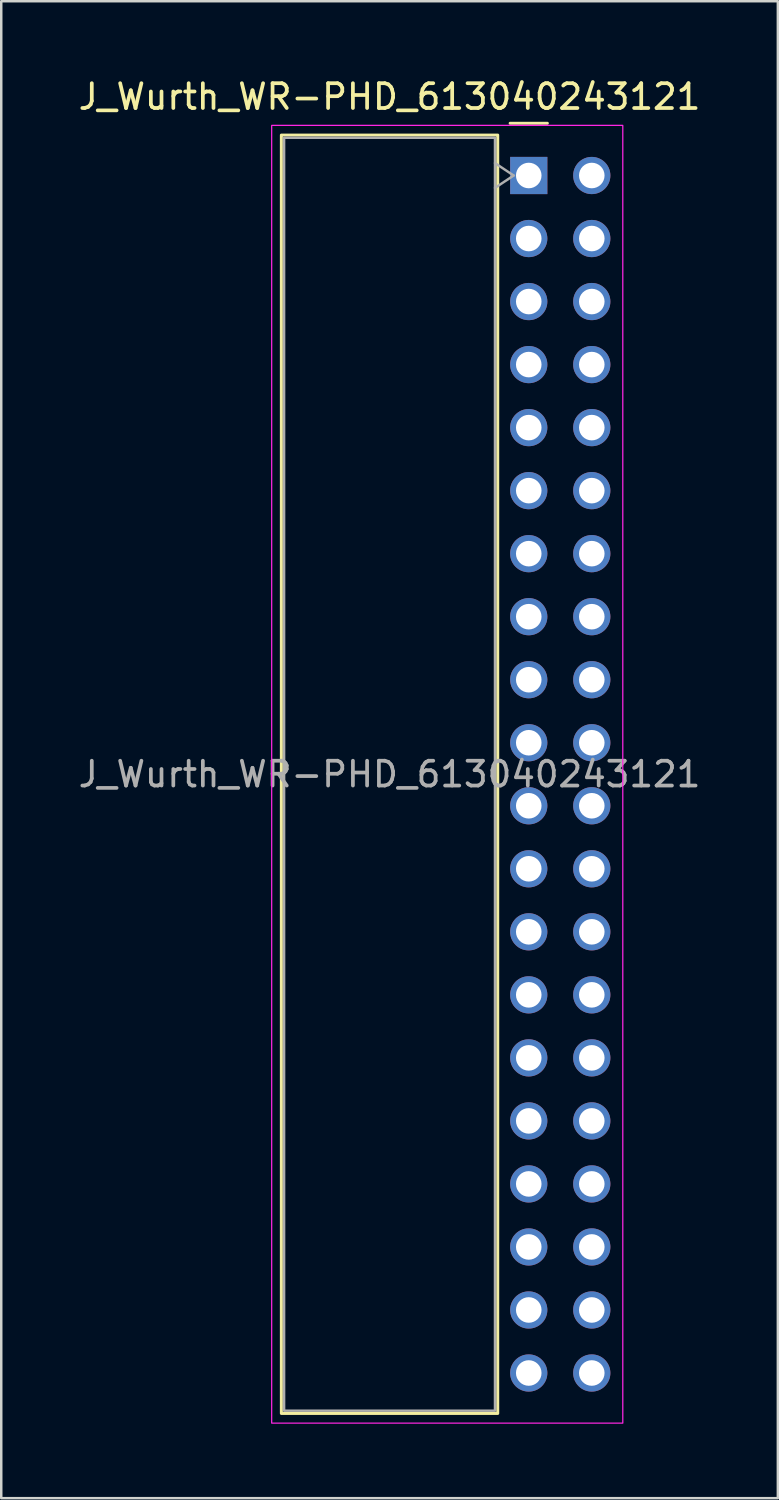
<source format=kicad_pcb>
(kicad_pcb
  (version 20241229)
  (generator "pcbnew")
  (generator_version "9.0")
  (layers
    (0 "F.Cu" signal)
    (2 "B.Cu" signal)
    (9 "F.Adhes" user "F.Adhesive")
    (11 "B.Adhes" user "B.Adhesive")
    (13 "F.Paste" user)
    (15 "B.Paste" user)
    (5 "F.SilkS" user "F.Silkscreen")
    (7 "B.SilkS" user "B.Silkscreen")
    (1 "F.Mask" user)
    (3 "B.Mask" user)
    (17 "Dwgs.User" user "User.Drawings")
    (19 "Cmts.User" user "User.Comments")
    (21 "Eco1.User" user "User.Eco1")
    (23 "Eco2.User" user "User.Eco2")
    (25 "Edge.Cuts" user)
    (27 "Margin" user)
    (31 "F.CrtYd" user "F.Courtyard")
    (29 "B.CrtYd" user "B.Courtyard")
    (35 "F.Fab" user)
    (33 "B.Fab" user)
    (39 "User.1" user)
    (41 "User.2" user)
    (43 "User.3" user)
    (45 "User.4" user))
  (footprint "J_Wurth_WR-PHD_613040243121"
    (layer "F.Cu")
    (at 18.259 4.023)
    (property "Reference" "J_Wurth_WR-PHD_613040243121" (at -5.61 -3.175 0) (unlocked yes) (layer "F.SilkS") (effects (font (size 1 1) (thickness 0.15))))
    (attr through_hole)
    (fp_line (start -0.75 -2.105) (end 0.75 -2.105) (stroke (width 0.12) (type solid)) (layer "F.SilkS"))
    (fp_rect (start -9.97 -1.63) (end -1.25 49.89) (stroke (width 0.12) (type solid)) (fill no) (layer "F.SilkS"))
    (fp_rect (start -10.36 -2.02) (end 3.79 50.28) (stroke (width 0.05) (type solid)) (fill no) (layer "F.CrtYd"))
    (fp_line (start -0.61 0) (end -1.36 -0.5) (stroke (width 0.1) (type solid)) (layer "F.Fab"))
    (fp_line (start -0.61 0) (end -1.36 0.5) (stroke (width 0.1) (type solid)) (layer "F.Fab"))
    (fp_rect (start -9.86 -1.52) (end -1.36 49.78) (stroke (width 0.1) (type solid)) (fill no) (layer "F.Fab"))
    (fp_text user "${REFERENCE}" (at -5.61 24.13 0) (unlocked yes) (layer "F.Fab") (effects (font (size 1 1) (thickness 0.15))))
    (pad "1" thru_hole rect (at 0 0 270) (size 1.5 1.5) (drill 1.03) (layers "*.Cu" "*.Mask"))
    (pad "2" thru_hole circle (at 2.54 0 270) (size 1.5 1.5) (drill 1.03) (layers "*.Cu" "*.Mask"))
    (pad "3" thru_hole circle (at 0 2.54 270) (size 1.5 1.5) (drill 1.03) (layers "*.Cu" "*.Mask"))
    (pad "4" thru_hole circle (at 2.54 2.54 270) (size 1.5 1.5) (drill 1.03) (layers "*.Cu" "*.Mask"))
    (pad "5" thru_hole circle (at 0 5.08 270) (size 1.5 1.5) (drill 1.03) (layers "*.Cu" "*.Mask"))
    (pad "6" thru_hole circle (at 2.54 5.08 270) (size 1.5 1.5) (drill 1.03) (layers "*.Cu" "*.Mask"))
    (pad "7" thru_hole circle (at 0 7.62 270) (size 1.5 1.5) (drill 1.03) (layers "*.Cu" "*.Mask"))
    (pad "8" thru_hole circle (at 2.54 7.62 270) (size 1.5 1.5) (drill 1.03) (layers "*.Cu" "*.Mask"))
    (pad "9" thru_hole circle (at 0 10.16 270) (size 1.5 1.5) (drill 1.03) (layers "*.Cu" "*.Mask"))
    (pad "10" thru_hole circle (at 2.54 10.16 270) (size 1.5 1.5) (drill 1.03) (layers "*.Cu" "*.Mask"))
    (pad "11" thru_hole circle (at 0 12.7 270) (size 1.5 1.5) (drill 1.03) (layers "*.Cu" "*.Mask"))
    (pad "12" thru_hole circle (at 2.54 12.7 270) (size 1.5 1.5) (drill 1.03) (layers "*.Cu" "*.Mask"))
    (pad "13" thru_hole circle (at 0 15.24 270) (size 1.5 1.5) (drill 1.03) (layers "*.Cu" "*.Mask"))
    (pad "14" thru_hole circle (at 2.54 15.24 270) (size 1.5 1.5) (drill 1.03) (layers "*.Cu" "*.Mask"))
    (pad "15" thru_hole circle (at 0 17.78 270) (size 1.5 1.5) (drill 1.03) (layers "*.Cu" "*.Mask"))
    (pad "16" thru_hole circle (at 2.54 17.78 270) (size 1.5 1.5) (drill 1.03) (layers "*.Cu" "*.Mask"))
    (pad "17" thru_hole circle (at 0 20.32 270) (size 1.5 1.5) (drill 1.03) (layers "*.Cu" "*.Mask"))
    (pad "18" thru_hole circle (at 2.54 20.32 270) (size 1.5 1.5) (drill 1.03) (layers "*.Cu" "*.Mask"))
    (pad "19" thru_hole circle (at 0 22.86 270) (size 1.5 1.5) (drill 1.03) (layers "*.Cu" "*.Mask"))
    (pad "20" thru_hole circle (at 2.54 22.86 270) (size 1.5 1.5) (drill 1.03) (layers "*.Cu" "*.Mask"))
    (pad "21" thru_hole circle (at 0 25.4 270) (size 1.5 1.5) (drill 1.03) (layers "*.Cu" "*.Mask"))
    (pad "22" thru_hole circle (at 2.54 25.4 270) (size 1.5 1.5) (drill 1.03) (layers "*.Cu" "*.Mask"))
    (pad "23" thru_hole circle (at 0 27.94 270) (size 1.5 1.5) (drill 1.03) (layers "*.Cu" "*.Mask"))
    (pad "24" thru_hole circle (at 2.54 27.94 270) (size 1.5 1.5) (drill 1.03) (layers "*.Cu" "*.Mask"))
    (pad "25" thru_hole circle (at 0 30.48 270) (size 1.5 1.5) (drill 1.03) (layers "*.Cu" "*.Mask"))
    (pad "26" thru_hole circle (at 2.54 30.48 270) (size 1.5 1.5) (drill 1.03) (layers "*.Cu" "*.Mask"))
    (pad "27" thru_hole circle (at 0 33.02 270) (size 1.5 1.5) (drill 1.03) (layers "*.Cu" "*.Mask"))
    (pad "28" thru_hole circle (at 2.54 33.02 270) (size 1.5 1.5) (drill 1.03) (layers "*.Cu" "*.Mask"))
    (pad "29" thru_hole circle (at 0 35.56 270) (size 1.5 1.5) (drill 1.03) (layers "*.Cu" "*.Mask"))
    (pad "30" thru_hole circle (at 2.54 35.56 270) (size 1.5 1.5) (drill 1.03) (layers "*.Cu" "*.Mask"))
    (pad "31" thru_hole circle (at 0 38.1 270) (size 1.5 1.5) (drill 1.03) (layers "*.Cu" "*.Mask"))
    (pad "32" thru_hole circle (at 2.54 38.1 270) (size 1.5 1.5) (drill 1.03) (layers "*.Cu" "*.Mask"))
    (pad "33" thru_hole circle (at 0 40.64 270) (size 1.5 1.5) (drill 1.03) (layers "*.Cu" "*.Mask"))
    (pad "34" thru_hole circle (at 2.54 40.64 270) (size 1.5 1.5) (drill 1.03) (layers "*.Cu" "*.Mask"))
    (pad "35" thru_hole circle (at 0 43.18 270) (size 1.5 1.5) (drill 1.03) (layers "*.Cu" "*.Mask"))
    (pad "36" thru_hole circle (at 2.54 43.18 270) (size 1.5 1.5) (drill 1.03) (layers "*.Cu" "*.Mask"))
    (pad "37" thru_hole circle (at 0 45.72 270) (size 1.5 1.5) (drill 1.03) (layers "*.Cu" "*.Mask"))
    (pad "38" thru_hole circle (at 2.54 45.72 270) (size 1.5 1.5) (drill 1.03) (layers "*.Cu" "*.Mask"))
    (pad "39" thru_hole circle (at 0 48.26 270) (size 1.5 1.5) (drill 1.03) (layers "*.Cu" "*.Mask"))
    (pad "40" thru_hole circle (at 2.54 48.26 270) (size 1.5 1.5) (drill 1.03) (layers "*.Cu" "*.Mask")))
  (gr_rect
    (start -3 -3)
    (end 28.298 57.328)
    (stroke (width 0.1) (type default))
    (fill no)
    (layer "Edge.Cuts")))
</source>
